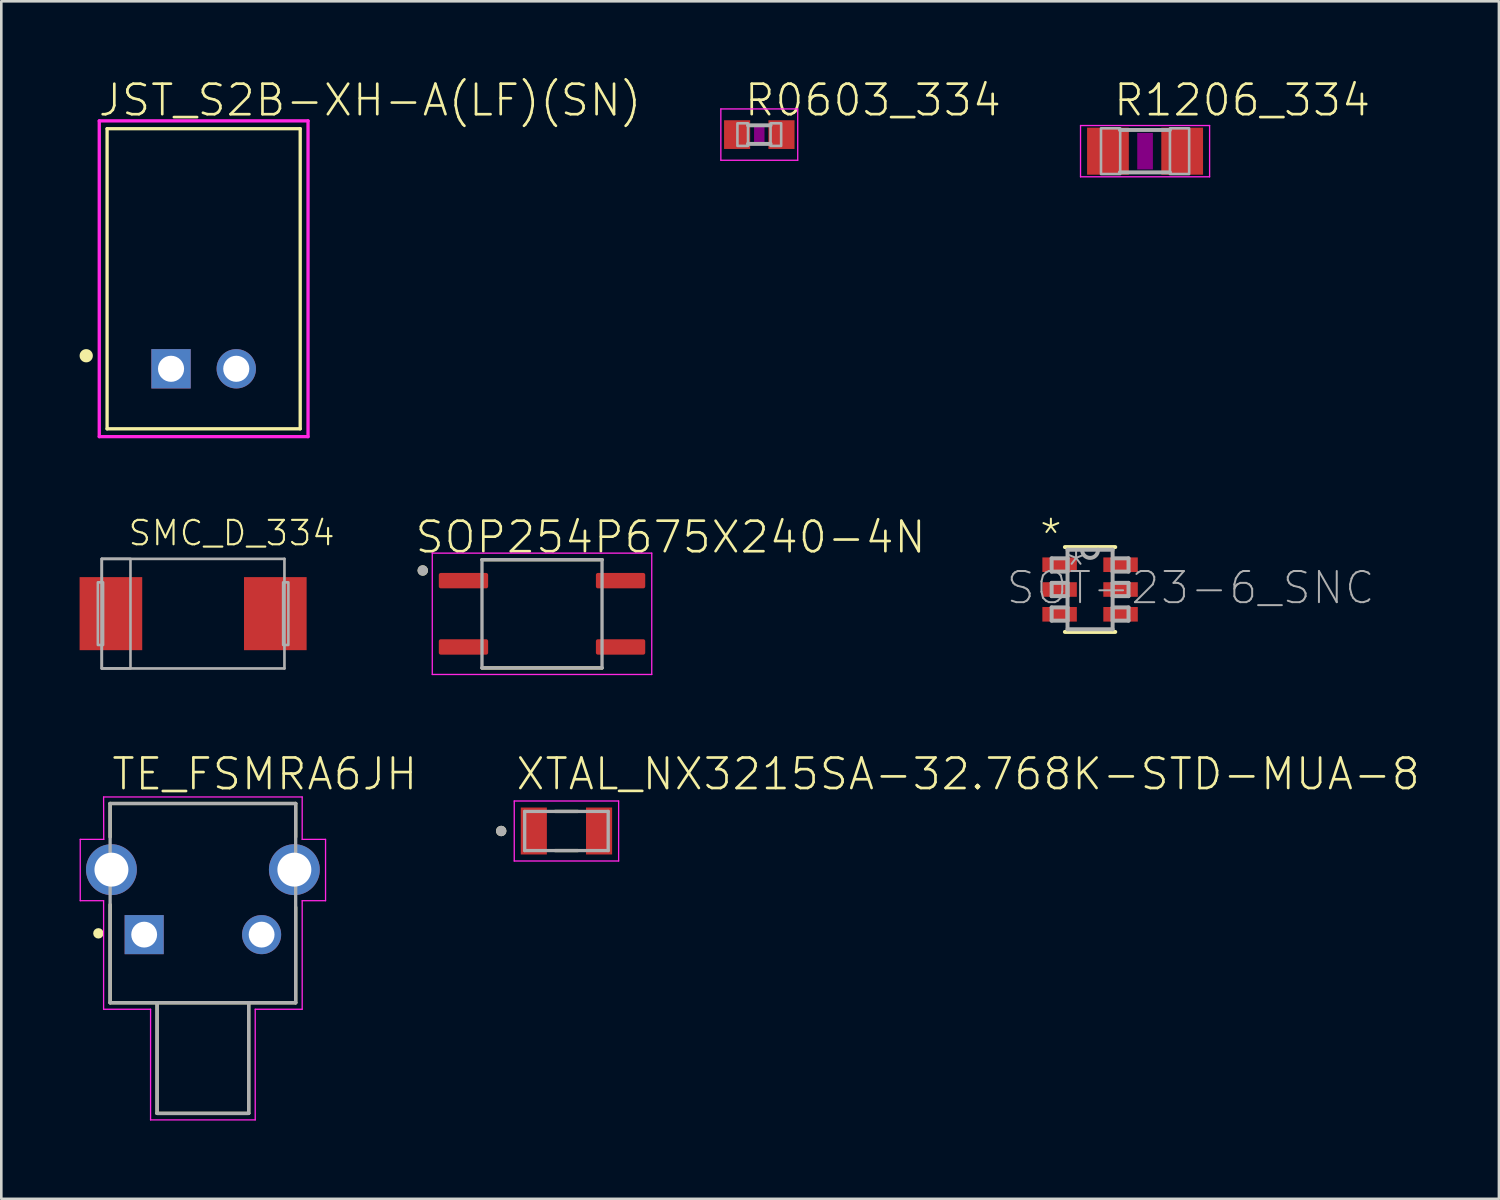
<source format=kicad_pcb>
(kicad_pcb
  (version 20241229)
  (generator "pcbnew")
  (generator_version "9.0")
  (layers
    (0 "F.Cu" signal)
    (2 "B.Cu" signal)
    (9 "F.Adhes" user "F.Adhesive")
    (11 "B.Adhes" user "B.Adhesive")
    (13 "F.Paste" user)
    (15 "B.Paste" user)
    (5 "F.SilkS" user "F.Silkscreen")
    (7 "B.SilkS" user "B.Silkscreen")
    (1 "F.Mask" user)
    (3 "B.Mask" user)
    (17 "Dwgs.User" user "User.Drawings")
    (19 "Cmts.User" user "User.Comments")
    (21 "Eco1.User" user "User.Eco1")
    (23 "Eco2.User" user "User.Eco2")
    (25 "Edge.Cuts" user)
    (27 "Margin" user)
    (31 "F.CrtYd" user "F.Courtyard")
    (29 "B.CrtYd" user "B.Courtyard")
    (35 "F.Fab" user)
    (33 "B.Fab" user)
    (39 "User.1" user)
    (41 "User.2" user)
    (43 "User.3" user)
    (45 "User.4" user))
  (footprint "R1206_334"
    (layer "F.Cu")
    (at 40.829 2.743)
    (property "Reference" "R1206_334" (at -1.27 -1.27 0) (unlocked yes) (layer "F.SilkS") (effects (font (size 1.168 1.168) (thickness 0.102)) (justify left bottom)))
    (fp_poly (pts (xy -0.3 0.7) (xy 0.3 0.7) (xy 0.3 -0.7) (xy -0.3 -0.7)) (stroke (width 0) (type default)) (fill yes) (layer "F.Adhes"))
    (fp_line (start -2.473 -0.983) (end 2.473 -0.983) (stroke (width 0.051) (type solid)) (layer "F.CrtYd"))
    (fp_line (start -2.473 0.983) (end -2.473 -0.983) (stroke (width 0.051) (type solid)) (layer "F.CrtYd"))
    (fp_line (start 2.473 -0.983) (end 2.473 0.983) (stroke (width 0.051) (type solid)) (layer "F.CrtYd"))
    (fp_line (start 2.473 0.983) (end -2.473 0.983) (stroke (width 0.051) (type solid)) (layer "F.CrtYd"))
    (fp_line (start 0.953 -0.813) (end -0.965 -0.813) (stroke (width 0.152) (type solid)) (layer "F.Fab"))
    (fp_line (start 0.953 0.813) (end -0.965 0.813) (stroke (width 0.152) (type solid)) (layer "F.Fab"))
    (fp_poly (pts (xy -1.689 0.876) (xy -0.953 0.876) (xy -0.953 -0.876) (xy -1.689 -0.876)) (stroke (width 0.1) (type default)) (fill no) (layer "F.Fab"))
    (fp_poly (pts (xy 0.953 0.876) (xy 1.689 0.876) (xy 1.689 -0.876) (xy 0.953 -0.876)) (stroke (width 0.1) (type default)) (fill no) (layer "F.Fab"))
    (pad "1" smd rect (at -1.422 0) (size 1.6 1.803) (layers "F.Cu" "F.Mask" "F.Paste"))
    (pad "2" smd rect (at 1.422 0) (size 1.6 1.803) (layers "F.Cu" "F.Mask" "F.Paste")))
  (footprint "R0603_334"
    (layer "F.Cu")
    (at 26.046 2.108)
    (property "Reference" "R0603_334" (at -0.635 -0.635 0) (unlocked yes) (layer "F.SilkS") (effects (font (size 1.168 1.168) (thickness 0.102)) (justify left bottom)))
    (fp_poly (pts (xy -0.2 0.4) (xy 0.2 0.4) (xy 0.2 -0.4) (xy -0.2 -0.4)) (stroke (width 0) (type default)) (fill yes) (layer "F.Adhes"))
    (fp_line (start -1.473 -0.983) (end 1.473 -0.983) (stroke (width 0.051) (type solid)) (layer "F.CrtYd"))
    (fp_line (start -1.473 0.983) (end -1.473 -0.983) (stroke (width 0.051) (type solid)) (layer "F.CrtYd"))
    (fp_line (start 1.473 -0.983) (end 1.473 0.983) (stroke (width 0.051) (type solid)) (layer "F.CrtYd"))
    (fp_line (start 1.473 0.983) (end -1.473 0.983) (stroke (width 0.051) (type solid)) (layer "F.CrtYd"))
    (fp_line (start -0.432 0.356) (end 0.432 0.356) (stroke (width 0.152) (type solid)) (layer "F.Fab"))
    (fp_line (start 0.432 -0.356) (end -0.432 -0.356) (stroke (width 0.152) (type solid)) (layer "F.Fab"))
    (fp_poly (pts (xy -0.838 0.432) (xy -0.432 0.432) (xy -0.432 -0.432) (xy -0.838 -0.432)) (stroke (width 0.1) (type default)) (fill no) (layer "F.Fab"))
    (fp_poly (pts (xy 0.432 0.432) (xy 0.838 0.432) (xy 0.838 -0.432) (xy 0.432 -0.432)) (stroke (width 0.1) (type default)) (fill no) (layer "F.Fab"))
    (pad "1" smd rect (at -0.85 0) (size 1 1.1) (layers "F.Cu" "F.Mask" "F.Paste"))
    (pad "2" smd rect (at 0.85 0) (size 1 1.1) (layers "F.Cu" "F.Mask" "F.Paste")))
  (footprint "SMC_D_334"
    (layer "F.Cu")
    (at 4.35 20.465)
    (property "Reference" "SMC_D_334" (at -2.54 -2.54 0) (unlocked yes) (layer "F.SilkS") (effects (font (size 0.935 0.935) (thickness 0.081)) (justify left bottom)))
    (fp_line (start -3.5 -2.1) (end 3.5 -2.1) (stroke (width 0.102) (type solid)) (layer "F.Fab"))
    (fp_line (start -3.5 2.1) (end -3.5 -2.1) (stroke (width 0.102) (type solid)) (layer "F.Fab"))
    (fp_line (start 3.5 -2.1) (end 3.5 2.1) (stroke (width 0.102) (type solid)) (layer "F.Fab"))
    (fp_line (start 3.5 2.1) (end -3.5 2.1) (stroke (width 0.102) (type solid)) (layer "F.Fab"))
    (fp_poly (pts (xy -3.65 1.2) (xy -3.45 1.2) (xy -3.45 -1.2) (xy -3.65 -1.2)) (stroke (width 0.1) (type default)) (fill no) (layer "F.Fab"))
    (fp_poly (pts (xy -3.5 2.1) (xy -2.4 2.1) (xy -2.4 -2.1) (xy -3.5 -2.1)) (stroke (width 0.1) (type default)) (fill no) (layer "F.Fab"))
    (fp_poly (pts (xy 3.65 -1.2) (xy 3.45 -1.2) (xy 3.45 1.2) (xy 3.65 1.2)) (stroke (width 0.1) (type default)) (fill no) (layer "F.Fab"))
    (pad "+" smd rect (at -3.15 0) (size 2.4 2.8) (layers "F.Cu" "F.Mask" "F.Paste"))
    (pad "-" smd rect (at 3.15 0 180) (size 2.4 2.8) (layers "F.Cu" "F.Mask" "F.Paste")))
  (footprint "SOP254P675X240-4N"
    (layer "F.Cu")
    (at 17.72 20.471)
    (property "Reference" "SOP254P675X240-4N" (at -4.93 -2.252 0) (unlocked yes) (layer "F.SilkS") (effects (font (size 1.168 1.168) (thickness 0.102)) (justify left bottom)))
    (fp_line (start -2.3 -2.075) (end 2.3 -2.075) (stroke (width 0.127) (type solid)) (layer "F.SilkS"))
    (fp_line (start -2.3 2.075) (end 2.3 2.075) (stroke (width 0.127) (type solid)) (layer "F.SilkS"))
    (fp_circle (center -4.57 -1.66) (end -4.47 -1.66) (stroke (width 0.2) (type solid)) (fill no) (layer "F.SilkS"))
    (fp_line (start -4.205 -2.325) (end -4.205 2.325) (stroke (width 0.05) (type solid)) (layer "F.CrtYd"))
    (fp_line (start -4.205 -2.325) (end 4.205 -2.325) (stroke (width 0.05) (type solid)) (layer "F.CrtYd"))
    (fp_line (start -4.205 2.325) (end 4.205 2.325) (stroke (width 0.05) (type solid)) (layer "F.CrtYd"))
    (fp_line (start 4.205 -2.325) (end 4.205 2.325) (stroke (width 0.05) (type solid)) (layer "F.CrtYd"))
    (fp_line (start -2.3 -2.075) (end -2.3 2.075) (stroke (width 0.127) (type solid)) (layer "F.Fab"))
    (fp_line (start -2.3 -2.075) (end 2.3 -2.075) (stroke (width 0.127) (type solid)) (layer "F.Fab"))
    (fp_line (start -2.3 2.075) (end 2.3 2.075) (stroke (width 0.127) (type solid)) (layer "F.Fab"))
    (fp_line (start 2.3 -2.075) (end 2.3 2.075) (stroke (width 0.127) (type solid)) (layer "F.Fab"))
    (fp_circle (center -4.57 -1.66) (end -4.47 -1.66) (stroke (width 0.2) (type solid)) (fill no) (layer "F.Fab"))
    (pad "1" smd roundrect (at -3.01 -1.27) (size 1.89 0.59) (layers "F.Cu" "F.Mask" "F.Paste") (roundrect_rratio 0.125))
    (pad "2" smd roundrect (at -3.01 1.27) (size 1.89 0.59) (layers "F.Cu" "F.Mask" "F.Paste") (roundrect_rratio 0.125))
    (pad "3" smd roundrect (at 3.01 1.27) (size 1.89 0.59) (layers "F.Cu" "F.Mask" "F.Paste") (roundrect_rratio 0.125))
    (pad "4" smd roundrect (at 3.01 -1.27) (size 1.89 0.59) (layers "F.Cu" "F.Mask" "F.Paste") (roundrect_rratio 0.125)))
  (footprint "JST_S2B-XH-A(LF)(SN)"
    (layer "F.Cu")
    (at 4.754 11.082)
    (property "Reference" "JST_S2B-XH-A(LF)(SN)" (at -4.103 -9.608 0) (unlocked yes) (layer "F.SilkS") (effects (font (size 1.169 1.169) (thickness 0.102)) (justify left bottom)))
    (fp_line (start -3.7 -9.2) (end 3.7 -9.2) (stroke (width 0.127) (type solid)) (layer "F.SilkS"))
    (fp_line (start -3.7 2.3) (end -3.7 -9.2) (stroke (width 0.127) (type solid)) (layer "F.SilkS"))
    (fp_line (start 3.7 -9.2) (end 3.7 2.3) (stroke (width 0.127) (type solid)) (layer "F.SilkS"))
    (fp_line (start 3.7 2.3) (end -3.7 2.3) (stroke (width 0.127) (type solid)) (layer "F.SilkS"))
    (fp_circle (center -4.5 -0.5) (end -4.373 -0.5) (stroke (width 0.254) (type solid)) (fill yes) (layer "F.SilkS"))
    (fp_line (start -4 -9.5) (end 4 -9.5) (stroke (width 0.127) (type solid)) (layer "F.CrtYd"))
    (fp_line (start -4 2.6) (end -4 -9.5) (stroke (width 0.127) (type solid)) (layer "F.CrtYd"))
    (fp_line (start 4 -9.5) (end 4 2.6) (stroke (width 0.127) (type solid)) (layer "F.CrtYd"))
    (fp_line (start 4 2.6) (end -4 2.6) (stroke (width 0.127) (type solid)) (layer "F.CrtYd"))
    (pad "1" thru_hole rect (at -1.25 0) (size 1.508 1.508) (drill 1) (layers "*.Cu" "*.Mask"))
    (pad "2" thru_hole circle (at 1.25 0) (size 1.508 1.508) (drill 1) (layers "*.Cu" "*.Mask")))
  (footprint "TE_FSMRA6JH"
    (layer "F.Cu")
    (at 2.475 32.765)
    (property "Reference" "TE_FSMRA6JH" (at -1.307 -5.467 0) (unlocked yes) (layer "F.SilkS") (effects (font (size 1.172 1.172) (thickness 0.102)) (justify left bottom)))
    (fp_line (start -1.305 -5.025) (end 5.805 -5.025) (stroke (width 0.127) (type solid)) (layer "F.SilkS"))
    (fp_line (start -1.305 -3.74) (end -1.305 -5.025) (stroke (width 0.127) (type solid)) (layer "F.SilkS"))
    (fp_line (start -1.305 2.61) (end -1.305 -1.15) (stroke (width 0.127) (type solid)) (layer "F.SilkS"))
    (fp_line (start 0.495 2.61) (end -1.305 2.61) (stroke (width 0.127) (type solid)) (layer "F.SilkS"))
    (fp_line (start 0.495 2.61) (end 0.495 6.85) (stroke (width 0.127) (type solid)) (layer "F.SilkS"))
    (fp_line (start 0.495 6.85) (end 4.005 6.85) (stroke (width 0.127) (type solid)) (layer "F.SilkS"))
    (fp_line (start 4.005 2.61) (end 0.495 2.61) (stroke (width 0.127) (type solid)) (layer "F.SilkS"))
    (fp_line (start 4.005 6.85) (end 4.005 2.61) (stroke (width 0.127) (type solid)) (layer "F.SilkS"))
    (fp_line (start 5.805 -3.74) (end 5.805 -5.025) (stroke (width 0.127) (type solid)) (layer "F.SilkS"))
    (fp_line (start 5.805 -1.05) (end 5.805 2.61) (stroke (width 0.127) (type solid)) (layer "F.SilkS"))
    (fp_line (start 5.805 2.61) (end 4.005 2.61) (stroke (width 0.127) (type solid)) (layer "F.SilkS"))
    (fp_circle (center -1.754 -0.049) (end -1.654 -0.049) (stroke (width 0.2) (type solid)) (fill no) (layer "F.SilkS"))
    (fp_line (start -2.45 -3.65) (end -1.55 -3.65) (stroke (width 0.05) (type solid)) (layer "F.CrtYd"))
    (fp_line (start -2.45 -1.3) (end -2.45 -3.65) (stroke (width 0.05) (type solid)) (layer "F.CrtYd"))
    (fp_line (start -1.555 -5.275) (end 6.055 -5.275) (stroke (width 0.05) (type solid)) (layer "F.CrtYd"))
    (fp_line (start -1.555 -1.3) (end -2.45 -1.3) (stroke (width 0.05) (type solid)) (layer "F.CrtYd"))
    (fp_line (start -1.555 2.86) (end -1.555 -1.3) (stroke (width 0.05) (type solid)) (layer "F.CrtYd"))
    (fp_line (start -1.55 -3.65) (end -1.555 -5.275) (stroke (width 0.05) (type solid)) (layer "F.CrtYd"))
    (fp_line (start 0.245 2.86) (end -1.555 2.86) (stroke (width 0.05) (type solid)) (layer "F.CrtYd"))
    (fp_line (start 0.245 7.1) (end 0.245 2.86) (stroke (width 0.05) (type solid)) (layer "F.CrtYd"))
    (fp_line (start 4.255 2.86) (end 4.255 7.1) (stroke (width 0.05) (type solid)) (layer "F.CrtYd"))
    (fp_line (start 4.255 7.1) (end 0.245 7.1) (stroke (width 0.05) (type solid)) (layer "F.CrtYd"))
    (fp_line (start 6.055 -5.275) (end 6.055 -3.65) (stroke (width 0.05) (type solid)) (layer "F.CrtYd"))
    (fp_line (start 6.055 -3.65) (end 6.95 -3.65) (stroke (width 0.05) (type solid)) (layer "F.CrtYd"))
    (fp_line (start 6.055 -1.3) (end 6.055 2.86) (stroke (width 0.05) (type solid)) (layer "F.CrtYd"))
    (fp_line (start 6.055 2.86) (end 4.255 2.86) (stroke (width 0.05) (type solid)) (layer "F.CrtYd"))
    (fp_line (start 6.95 -3.65) (end 6.95 -1.3) (stroke (width 0.05) (type solid)) (layer "F.CrtYd"))
    (fp_line (start 6.95 -1.3) (end 6.055 -1.3) (stroke (width 0.05) (type solid)) (layer "F.CrtYd"))
    (fp_line (start -1.305 -5.025) (end 5.805 -5.025) (stroke (width 0.127) (type solid)) (layer "F.Fab"))
    (fp_line (start -1.305 2.61) (end -1.305 -5.025) (stroke (width 0.127) (type solid)) (layer "F.Fab"))
    (fp_line (start 0.495 2.61) (end -1.305 2.61) (stroke (width 0.127) (type solid)) (layer "F.Fab"))
    (fp_line (start 0.495 2.61) (end 0.495 6.85) (stroke (width 0.127) (type solid)) (layer "F.Fab"))
    (fp_line (start 0.495 6.85) (end 4.005 6.85) (stroke (width 0.127) (type solid)) (layer "F.Fab"))
    (fp_line (start 4.005 2.61) (end 0.495 2.61) (stroke (width 0.127) (type solid)) (layer "F.Fab"))
    (fp_line (start 4.005 6.85) (end 4.005 2.61) (stroke (width 0.127) (type solid)) (layer "F.Fab"))
    (fp_line (start 5.805 -5.025) (end 5.805 2.61) (stroke (width 0.127) (type solid)) (layer "F.Fab"))
    (fp_line (start 5.805 2.61) (end 4.005 2.61) (stroke (width 0.127) (type solid)) (layer "F.Fab"))
    (pad "1" thru_hole rect (at 0 0) (size 1.498 1.498) (drill 0.99) (layers "*.Cu" "*.Mask"))
    (pad "2" thru_hole circle (at 4.5 0) (size 1.498 1.498) (drill 0.99) (layers "*.Cu" "*.Mask"))
    (pad "S1" thru_hole circle (at -1.255 -2.49) (size 1.95 1.95) (drill 1.3) (layers "*.Cu" "*.Mask"))
    (pad "S2" thru_hole circle (at 5.755 -2.49) (size 1.95 1.95) (drill 1.3) (layers "*.Cu" "*.Mask")))
  (footprint "SOT-23-6_SNC"
    (layer "F.Cu")
    (at 38.722 19.54)
    (property "Reference" "SOT-23-6_SNC" (at -3.277 0.635 0) (unlocked yes) (layer "F.Fab") (effects (font (size 1.194 1.194) (thickness 0.076)) (justify left bottom)))
    (fp_line (start -0.965 1.626) (end 0.965 1.626) (stroke (width 0.152) (type solid)) (layer "F.SilkS"))
    (fp_line (start 0.965 -1.626) (end -0.965 -1.626) (stroke (width 0.152) (type solid)) (layer "F.SilkS"))
    (fp_line (start -1.473 -1.194) (end -1.473 -0.686) (stroke (width 0.152) (type solid)) (layer "F.Fab"))
    (fp_line (start -1.473 -0.686) (end -0.864 -0.686) (stroke (width 0.152) (type solid)) (layer "F.Fab"))
    (fp_line (start -1.473 -0.254) (end -1.473 0.254) (stroke (width 0.152) (type solid)) (layer "F.Fab"))
    (fp_line (start -1.473 0.254) (end -0.864 0.254) (stroke (width 0.152) (type solid)) (layer "F.Fab"))
    (fp_line (start -1.473 0.686) (end -1.473 1.194) (stroke (width 0.152) (type solid)) (layer "F.Fab"))
    (fp_line (start -1.473 1.194) (end -0.864 1.194) (stroke (width 0.152) (type solid)) (layer "F.Fab"))
    (fp_line (start -0.864 -1.524) (end -0.864 1.524) (stroke (width 0.152) (type solid)) (layer "F.Fab"))
    (fp_line (start -0.864 -1.194) (end -1.473 -1.194) (stroke (width 0.152) (type solid)) (layer "F.Fab"))
    (fp_line (start -0.864 -0.686) (end -0.864 -1.194) (stroke (width 0.152) (type solid)) (layer "F.Fab"))
    (fp_line (start -0.864 -0.254) (end -1.473 -0.254) (stroke (width 0.152) (type solid)) (layer "F.Fab"))
    (fp_line (start -0.864 0.254) (end -0.864 -0.254) (stroke (width 0.152) (type solid)) (layer "F.Fab"))
    (fp_line (start -0.864 0.686) (end -1.473 0.686) (stroke (width 0.152) (type solid)) (layer "F.Fab"))
    (fp_line (start -0.864 1.194) (end -0.864 0.686) (stroke (width 0.152) (type solid)) (layer "F.Fab"))
    (fp_line (start -0.864 1.524) (end 0.864 1.524) (stroke (width 0.152) (type solid)) (layer "F.Fab"))
    (fp_line (start 0.864 -1.524) (end -0.864 -1.524) (stroke (width 0.152) (type solid)) (layer "F.Fab"))
    (fp_line (start 0.864 -1.194) (end 0.864 -0.686) (stroke (width 0.152) (type solid)) (layer "F.Fab"))
    (fp_line (start 0.864 -0.686) (end 1.473 -0.686) (stroke (width 0.152) (type solid)) (layer "F.Fab"))
    (fp_line (start 0.864 -0.254) (end 0.864 0.254) (stroke (width 0.152) (type solid)) (layer "F.Fab"))
    (fp_line (start 0.864 0.254) (end 1.473 0.254) (stroke (width 0.152) (type solid)) (layer "F.Fab"))
    (fp_line (start 0.864 0.686) (end 0.864 1.194) (stroke (width 0.152) (type solid)) (layer "F.Fab"))
    (fp_line (start 0.864 1.194) (end 1.473 1.194) (stroke (width 0.152) (type solid)) (layer "F.Fab"))
    (fp_line (start 0.864 1.524) (end 0.864 -1.524) (stroke (width 0.152) (type solid)) (layer "F.Fab"))
    (fp_line (start 1.473 -1.194) (end 0.864 -1.194) (stroke (width 0.152) (type solid)) (layer "F.Fab"))
    (fp_line (start 1.473 -0.686) (end 1.473 -1.194) (stroke (width 0.152) (type solid)) (layer "F.Fab"))
    (fp_line (start 1.473 -0.254) (end 0.864 -0.254) (stroke (width 0.152) (type solid)) (layer "F.Fab"))
    (fp_line (start 1.473 0.254) (end 1.473 -0.254) (stroke (width 0.152) (type solid)) (layer "F.Fab"))
    (fp_line (start 1.473 0.686) (end 0.864 0.686) (stroke (width 0.152) (type solid)) (layer "F.Fab"))
    (fp_line (start 1.473 1.194) (end 1.473 0.686) (stroke (width 0.152) (type solid)) (layer "F.Fab"))
    (fp_arc (start 0.3048 -1.524) (mid 0.0127 -1.2065) (end -0.3048 -1.4986) (stroke (width 0.1524) (type solid)) (layer "F.Fab"))
    (fp_text user "*" (at -2.007 -1.372 0) (layer "F.SilkS") (effects (font (size 1.194 1.194) (thickness 0.076)) (justify left bottom)))
    (fp_text user "*" (at -1.041 -0.152 0) (layer "F.Fab") (effects (font (size 1.194 1.194) (thickness 0.076)) (justify left bottom)))
    (pad "1" smd rect (at -1.168 -0.95) (size 1.321 0.559) (layers "F.Cu" "F.Mask" "F.Paste"))
    (pad "2" smd rect (at -1.168 0) (size 1.321 0.559) (layers "F.Cu" "F.Mask" "F.Paste"))
    (pad "3" smd rect (at -1.168 0.95) (size 1.321 0.559) (layers "F.Cu" "F.Mask" "F.Paste"))
    (pad "4" smd rect (at 1.168 0.95) (size 1.321 0.559) (layers "F.Cu" "F.Mask" "F.Paste"))
    (pad "5" smd rect (at 1.168 0) (size 1.321 0.559) (layers "F.Cu" "F.Mask" "F.Paste"))
    (pad "6" smd rect (at 1.168 -0.95) (size 1.321 0.559) (layers "F.Cu" "F.Mask" "F.Paste")))
  (footprint "XTAL_NX3215SA-32.768K-STD-MUA-8"
    (layer "F.Cu")
    (at 18.656 28.794)
    (property "Reference" "XTAL_NX3215SA-32.768K-STD-MUA-8" (at -2 -1.5 0) (unlocked yes) (layer "F.SilkS") (effects (font (size 1.168 1.168) (thickness 0.102)) (justify left bottom)))
    (fp_line (start -0.43 -0.75) (end 0.43 -0.75) (stroke (width 0.127) (type solid)) (layer "F.SilkS"))
    (fp_line (start -0.43 0.75) (end 0.43 0.75) (stroke (width 0.127) (type solid)) (layer "F.SilkS"))
    (fp_circle (center -2.5 0) (end -2.4 0) (stroke (width 0.2) (type solid)) (fill no) (layer "F.SilkS"))
    (fp_line (start -2 -1.15) (end -2 1.15) (stroke (width 0.05) (type solid)) (layer "F.CrtYd"))
    (fp_line (start -2 1.15) (end 2 1.15) (stroke (width 0.05) (type solid)) (layer "F.CrtYd"))
    (fp_line (start 2 -1.15) (end -2 -1.15) (stroke (width 0.05) (type solid)) (layer "F.CrtYd"))
    (fp_line (start 2 1.15) (end 2 -1.15) (stroke (width 0.05) (type solid)) (layer "F.CrtYd"))
    (fp_line (start -1.6 -0.75) (end 1.6 -0.75) (stroke (width 0.127) (type solid)) (layer "F.Fab"))
    (fp_line (start -1.6 0.75) (end -1.6 -0.75) (stroke (width 0.127) (type solid)) (layer "F.Fab"))
    (fp_line (start 1.6 -0.75) (end 1.6 0.75) (stroke (width 0.127) (type solid)) (layer "F.Fab"))
    (fp_line (start 1.6 0.75) (end -1.6 0.75) (stroke (width 0.127) (type solid)) (layer "F.Fab"))
    (fp_circle (center -2.5 0) (end -2.4 0) (stroke (width 0.2) (type solid)) (fill no) (layer "F.Fab"))
    (pad "1" smd rect (at -1.25 0) (size 1 1.8) (layers "F.Cu" "F.Mask" "F.Paste"))
    (pad "2" smd rect (at 1.25 0) (size 1 1.8) (layers "F.Cu" "F.Mask" "F.Paste")))
  (gr_rect
    (start -3 -3)
    (end 54.389 42.89)
    (stroke (width 0.1) (type default))
    (fill no)
    (layer "Edge.Cuts")))
</source>
